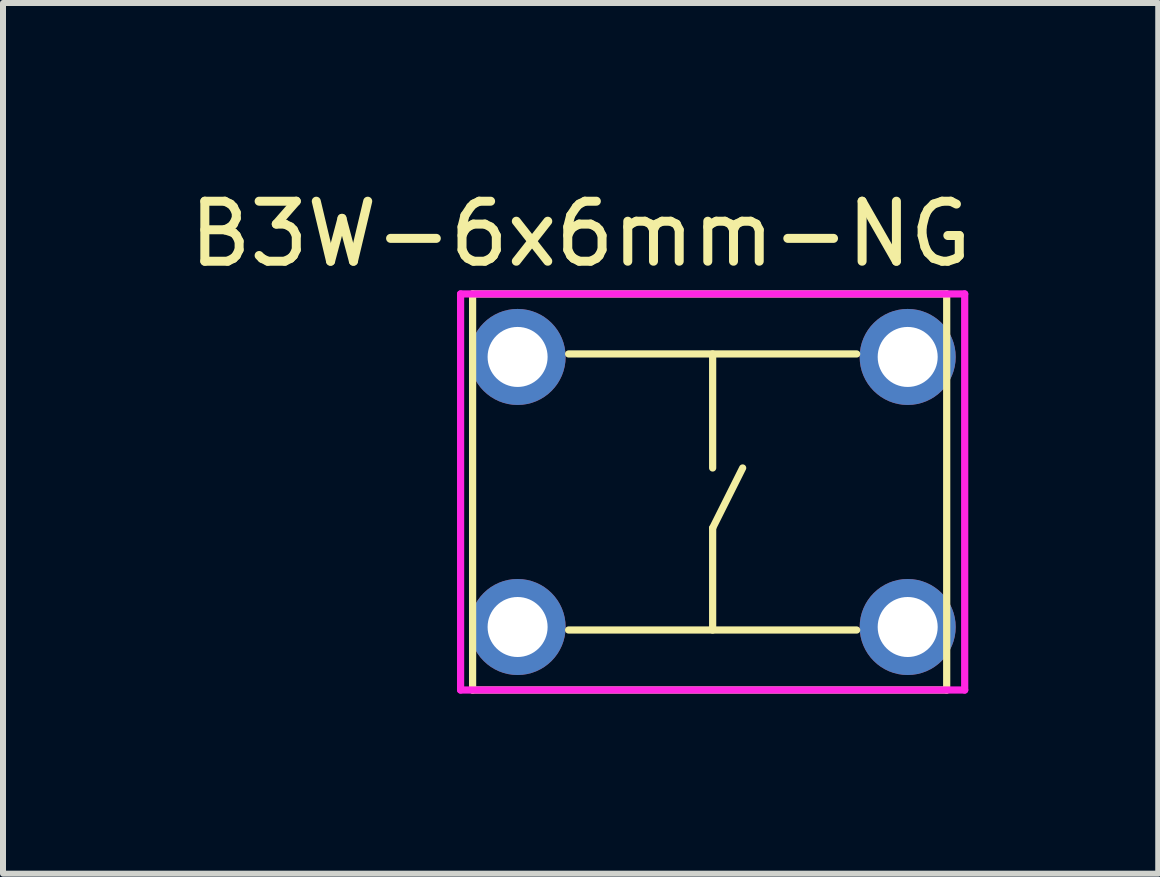
<source format=kicad_pcb>
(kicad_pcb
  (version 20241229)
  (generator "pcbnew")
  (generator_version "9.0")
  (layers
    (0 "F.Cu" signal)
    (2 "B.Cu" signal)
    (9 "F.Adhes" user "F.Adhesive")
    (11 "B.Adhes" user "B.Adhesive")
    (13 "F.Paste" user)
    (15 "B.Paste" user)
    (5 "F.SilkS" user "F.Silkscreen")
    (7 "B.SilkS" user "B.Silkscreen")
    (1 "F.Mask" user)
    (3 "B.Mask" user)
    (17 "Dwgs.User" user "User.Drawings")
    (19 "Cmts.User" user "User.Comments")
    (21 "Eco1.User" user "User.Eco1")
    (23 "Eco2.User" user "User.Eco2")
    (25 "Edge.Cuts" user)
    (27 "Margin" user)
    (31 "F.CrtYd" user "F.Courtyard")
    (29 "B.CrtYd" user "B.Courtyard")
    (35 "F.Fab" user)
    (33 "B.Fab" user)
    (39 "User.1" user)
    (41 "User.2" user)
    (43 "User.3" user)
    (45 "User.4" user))
  (footprint "B3W-6x6mm-NG"
    (layer "F.Cu")
    (at 8.825 5.148)
    (property "Reference" "B3W-6x6mm-NG" (at -2.2 -4.3 0) (layer "F.SilkS") (effects (font (size 1 1) (thickness 0.15))))
    (attr through_hole)
    (fp_line (start -4 -3.3) (end 3.9 -3.3) (stroke (width 0.12) (type solid)) (layer "F.SilkS"))
    (fp_line (start -4 3.3) (end -4 -3.3) (stroke (width 0.12) (type solid)) (layer "F.SilkS"))
    (fp_line (start -2.4 -2.3) (end 2.4 -2.3) (stroke (width 0.12) (type solid)) (layer "F.SilkS"))
    (fp_line (start 0 -2.3) (end 0 -0.4) (stroke (width 0.12) (type solid)) (layer "F.SilkS"))
    (fp_line (start 0 0.6) (end 0.5 -0.4) (stroke (width 0.12) (type solid)) (layer "F.SilkS"))
    (fp_line (start 0 2.3) (end 0 0.6) (stroke (width 0.12) (type solid)) (layer "F.SilkS"))
    (fp_line (start 2.4 2.3) (end -2.4 2.3) (stroke (width 0.12) (type solid)) (layer "F.SilkS"))
    (fp_line (start 3.9 -3.3) (end 3.9 3.3) (stroke (width 0.12) (type solid)) (layer "F.SilkS"))
    (fp_line (start 3.9 3.3) (end -4 3.3) (stroke (width 0.12) (type solid)) (layer "F.SilkS"))
    (fp_line (start -4.2 -3.3) (end 4.2 -3.3) (stroke (width 0.12) (type solid)) (layer "F.CrtYd"))
    (fp_line (start -4.2 3.3) (end -4.2 -3.3) (stroke (width 0.12) (type solid)) (layer "F.CrtYd"))
    (fp_line (start 4.2 -3.3) (end 4.2 3.3) (stroke (width 0.12) (type solid)) (layer "F.CrtYd"))
    (fp_line (start 4.2 3.3) (end -4.2 3.3) (stroke (width 0.12) (type solid)) (layer "F.CrtYd"))
    (pad "1" thru_hole circle (at -3.25 2.25) (size 1.6 1.6) (drill 1) (layers "*.Cu" "*.Mask"))
    (pad "1" thru_hole circle (at 3.25 2.25) (size 1.6 1.6) (drill 1) (layers "*.Cu" "*.Mask"))
    (pad "2" thru_hole circle (at -3.25 -2.25) (size 1.6 1.6) (drill 1) (layers "*.Cu" "*.Mask"))
    (pad "2" thru_hole circle (at 3.25 -2.25) (size 1.6 1.6) (drill 1) (layers "*.Cu" "*.Mask")))
  (gr_rect
    (start -3 -3)
    (end 16.25 11.508)
    (stroke (width 0.1) (type default))
    (fill no)
    (layer "Edge.Cuts")))
</source>
